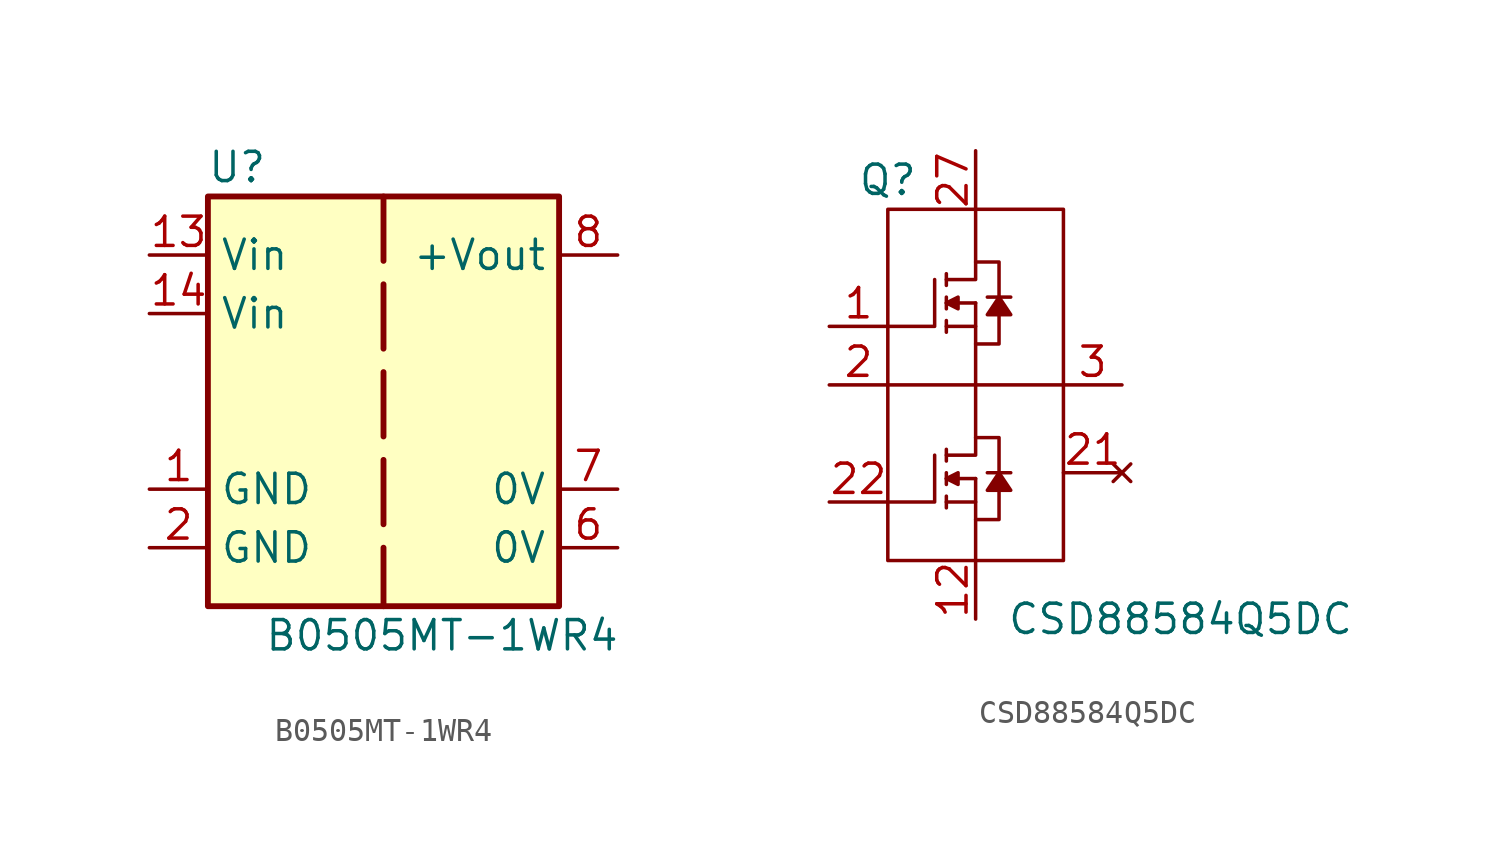
<source format=kicad_sym>
(kicad_symbol_lib
  (version 20220914)
  (generator kicad_symbol_editor)
  (symbol "B0505MT-1WR4"
    (property "Reference" "U"
      (at -6.35 10.16 0)
      (effects (font (size 1.27 1.27))))
    (property "Value" "B0505MT-1WR4"
      (at 2.54 -10.16 0)
      (effects (font (size 1.27 1.27))))
    (symbol "B0505MT-1WR4_1_1"
      (rectangle (start -7.62 8.89) (end 7.62 -8.89) (stroke (width 0.254) (type default)) (fill (type background)))
      (polyline (pts (xy 0 8.89) (xy 0 -8.89)) (stroke (width 0.254) (type dash)) (fill (type none)))
      (pin power_in line (at -10.16 -3.81 0) (length 2.54) (name "GND" (effects (font (size 1.27 1.27)))) (number "1" (effects (font (size 1.27 1.27)))))
      (pin power_in line (at -10.16 6.35 0) (length 2.54) (name "Vin" (effects (font (size 1.27 1.27)))) (number "13" (effects (font (size 1.27 1.27)))))
      (pin power_in line (at -10.16 3.81 0) (length 2.54) (name "Vin" (effects (font (size 1.27 1.27)))) (number "14" (effects (font (size 1.27 1.27)))))
      (pin power_in line (at -10.16 -6.35 0) (length 2.54) (name "GND" (effects (font (size 1.27 1.27)))) (number "2" (effects (font (size 1.27 1.27)))))
      (pin power_out line (at 10.16 -6.35 180) (length 2.54) (name "0V" (effects (font (size 1.27 1.27)))) (number "6" (effects (font (size 1.27 1.27)))))
      (pin power_out line (at 10.16 -3.81 180) (length 2.54) (name "0V" (effects (font (size 1.27 1.27)))) (number "7" (effects (font (size 1.27 1.27)))))
      (pin power_out line (at 10.16 6.35 180) (length 2.54) (name "+Vout" (effects (font (size 1.27 1.27)))) (number "8" (effects (font (size 1.27 1.27)))))))
  (symbol "CSD88584Q5DC"
    (property "Reference" "Q"
      (at -3.81 8.89 0)
      (effects (font (size 1.27 1.27))))
    (property "Value" "CSD88584Q5DC"
      (at 8.89 -10.16 0)
      (effects (font (size 1.27 1.27))))
    (symbol "CSD88584Q5DC_0_1"
      (rectangle (start -3.81 7.62) (end 3.81 -7.62) (stroke (width 0) (type default)) (fill (type none)))
      (polyline (pts (xy -3.81 0) (xy 3.81 0)) (stroke (width 0) (type default)) (fill (type none)))
      (polyline (pts (xy -1.27 -4.826) (xy -1.27 -5.334)) (stroke (width 0) (type default)) (fill (type none)))
      (polyline (pts (xy -1.27 -4.064) (xy 0 -4.064)) (stroke (width 0) (type default)) (fill (type none)))
      (polyline (pts (xy -1.27 -3.81) (xy -1.27 -4.318)) (stroke (width 0) (type default)) (fill (type none)))
      (polyline (pts (xy -1.27 -2.794) (xy -1.27 -3.302)) (stroke (width 0) (type default)) (fill (type none)))
      (polyline (pts (xy -1.27 2.794) (xy -1.27 2.286)) (stroke (width 0) (type default)) (fill (type none)))
      (polyline (pts (xy -1.27 3.556) (xy 0 3.556)) (stroke (width 0) (type default)) (fill (type none)))
      (polyline (pts (xy -1.27 3.81) (xy -1.27 3.302)) (stroke (width 0) (type default)) (fill (type none)))
      (polyline (pts (xy -1.27 4.826) (xy -1.27 4.318)) (stroke (width 0) (type default)) (fill (type none)))
      (polyline (pts (xy 0 -4.064) (xy 0 -5.08)) (stroke (width 0) (type default)) (fill (type none)))
      (polyline (pts (xy 0 3.556) (xy 0 2.54)) (stroke (width 0) (type default)) (fill (type none)))
      (polyline (pts (xy 0.508 -3.81) (xy 1.524 -3.81)) (stroke (width 0) (type default)) (fill (type none)))
      (polyline (pts (xy 0.508 3.81) (xy 1.524 3.81)) (stroke (width 0) (type default)) (fill (type none)))
      (polyline (pts (xy -1.778 -3.048) (xy -1.778 -5.08) (xy -3.81 -5.08)) (stroke (width 0) (type default)) (fill (type none)))
      (polyline (pts (xy -1.778 4.572) (xy -1.778 2.54) (xy -3.81 2.54)) (stroke (width 0) (type default)) (fill (type none)))
      (polyline (pts (xy -1.27 -5.08) (xy 0 -5.08) (xy 0 -7.62)) (stroke (width 0) (type default)) (fill (type none)))
      (polyline (pts (xy -1.27 -3.048) (xy 0 -3.048) (xy 0 0)) (stroke (width 0) (type default)) (fill (type none)))
      (polyline (pts (xy -1.27 2.54) (xy 0 2.54) (xy 0 0)) (stroke (width 0) (type default)) (fill (type none)))
      (polyline (pts (xy -1.27 4.572) (xy 0 4.572) (xy 0 7.62)) (stroke (width 0) (type default)) (fill (type none)))
      (polyline (pts (xy -0.762 -4.318) (xy -1.27 -4.064) (xy -0.762 -3.81) (xy -0.762 -4.318)) (stroke (width 0) (type default)) (fill (type outline)))
      (polyline (pts (xy -0.762 3.302) (xy -1.27 3.556) (xy -0.762 3.81) (xy -0.762 3.302)) (stroke (width 0) (type default)) (fill (type outline)))
      (polyline (pts (xy 0 -5.842) (xy 1.016 -5.842) (xy 1.016 -2.286) (xy 0 -2.286)) (stroke (width 0) (type default)) (fill (type none)))
      (polyline (pts (xy 0 1.778) (xy 1.016 1.778) (xy 1.016 5.334) (xy 0 5.334)) (stroke (width 0) (type default)) (fill (type none)))
      (polyline (pts (xy 1.016 -3.81) (xy 0.508 -4.572) (xy 1.524 -4.572) (xy 1.016 -3.81)) (stroke (width 0) (type default)) (fill (type outline)))
      (polyline (pts (xy 1.016 3.81) (xy 0.508 3.048) (xy 1.524 3.048) (xy 1.016 3.81)) (stroke (width 0) (type default)) (fill (type outline))))
    (symbol "CSD88584Q5DC_1_0"
      (pin no_connect line (at 6.35 -3.81 180) (length 2.54) hide (name "" (effects (font (size 1.27 1.27)))) (number "23" (effects (font (size 1.27 1.27)))))
      (pin no_connect line (at 6.35 -3.81 180) (length 2.54) hide (name "" (effects (font (size 1.27 1.27)))) (number "24" (effects (font (size 1.27 1.27)))))
      (pin no_connect line (at 6.35 -3.81 180) (length 2.54) hide (name "" (effects (font (size 1.27 1.27)))) (number "25" (effects (font (size 1.27 1.27)))))
      (pin no_connect line (at 6.35 -3.81 180) (length 2.54) hide (name "" (effects (font (size 1.27 1.27)))) (number "26" (effects (font (size 1.27 1.27))))))
    (symbol "CSD88584Q5DC_1_1"
      (pin input line (at -6.35 2.54 0) (length 2.54) (name "~" (effects (font (size 1.27 1.27)))) (number "1" (effects (font (size 1.27 1.27)))))
      (pin input line (at 6.35 0 180) (length 2.54) hide (name "~" (effects (font (size 1.27 1.27)))) (number "10" (effects (font (size 1.27 1.27)))))
      (pin input line (at 6.35 0 180) (length 2.54) hide (name "~" (effects (font (size 1.27 1.27)))) (number "11" (effects (font (size 1.27 1.27)))))
      (pin input line (at 0 -10.16 90) (length 2.54) (name "~" (effects (font (size 1.27 1.27)))) (number "12" (effects (font (size 1.27 1.27)))))
      (pin input line (at 0 -10.16 90) (length 2.54) hide (name "~" (effects (font (size 1.27 1.27)))) (number "13" (effects (font (size 1.27 1.27)))))
      (pin input line (at 0 -10.16 90) (length 2.54) hide (name "~" (effects (font (size 1.27 1.27)))) (number "14" (effects (font (size 1.27 1.27)))))
      (pin input line (at 0 -10.16 90) (length 2.54) hide (name "~" (effects (font (size 1.27 1.27)))) (number "15" (effects (font (size 1.27 1.27)))))
      (pin input line (at 0 -10.16 90) (length 2.54) hide (name "~" (effects (font (size 1.27 1.27)))) (number "16" (effects (font (size 1.27 1.27)))))
      (pin input line (at 0 -10.16 90) (length 2.54) hide (name "~" (effects (font (size 1.27 1.27)))) (number "17" (effects (font (size 1.27 1.27)))))
      (pin input line (at 0 -10.16 90) (length 2.54) hide (name "~" (effects (font (size 1.27 1.27)))) (number "18" (effects (font (size 1.27 1.27)))))
      (pin input line (at 0 -10.16 90) (length 2.54) hide (name "~" (effects (font (size 1.27 1.27)))) (number "19" (effects (font (size 1.27 1.27)))))
      (pin input line (at -6.35 0 0) (length 2.54) (name "~" (effects (font (size 1.27 1.27)))) (number "2" (effects (font (size 1.27 1.27)))))
      (pin input line (at 0 -10.16 90) (length 2.54) hide (name "~" (effects (font (size 1.27 1.27)))) (number "20" (effects (font (size 1.27 1.27)))))
      (pin no_connect line (at 6.35 -3.81 180) (length 2.54) (name "~" (effects (font (size 1.27 1.27)))) (number "21" (effects (font (size 1.27 1.27)))))
      (pin input line (at -6.35 -5.08 0) (length 2.54) (name "~" (effects (font (size 1.27 1.27)))) (number "22" (effects (font (size 1.27 1.27)))))
      (pin input line (at 0 10.16 270) (length 2.54) (name "~" (effects (font (size 1.27 1.27)))) (number "27" (effects (font (size 1.27 1.27)))))
      (pin input line (at 6.35 0 180) (length 2.54) (name "~" (effects (font (size 1.27 1.27)))) (number "3" (effects (font (size 1.27 1.27)))))
      (pin input line (at 6.35 0 180) (length 2.54) hide (name "~" (effects (font (size 1.27 1.27)))) (number "4" (effects (font (size 1.27 1.27)))))
      (pin input line (at 6.35 0 180) (length 2.54) hide (name "~" (effects (font (size 1.27 1.27)))) (number "5" (effects (font (size 1.27 1.27)))))
      (pin input line (at 6.35 0 180) (length 2.54) hide (name "~" (effects (font (size 1.27 1.27)))) (number "6" (effects (font (size 1.27 1.27)))))
      (pin input line (at 6.35 0 180) (length 2.54) hide (name "~" (effects (font (size 1.27 1.27)))) (number "7" (effects (font (size 1.27 1.27)))))
      (pin input line (at 6.35 0 180) (length 2.54) hide (name "~" (effects (font (size 1.27 1.27)))) (number "8" (effects (font (size 1.27 1.27)))))
      (pin input line (at 6.35 0 180) (length 2.54) hide (name "~" (effects (font (size 1.27 1.27)))) (number "9" (effects (font (size 1.27 1.27))))))))
</source>
